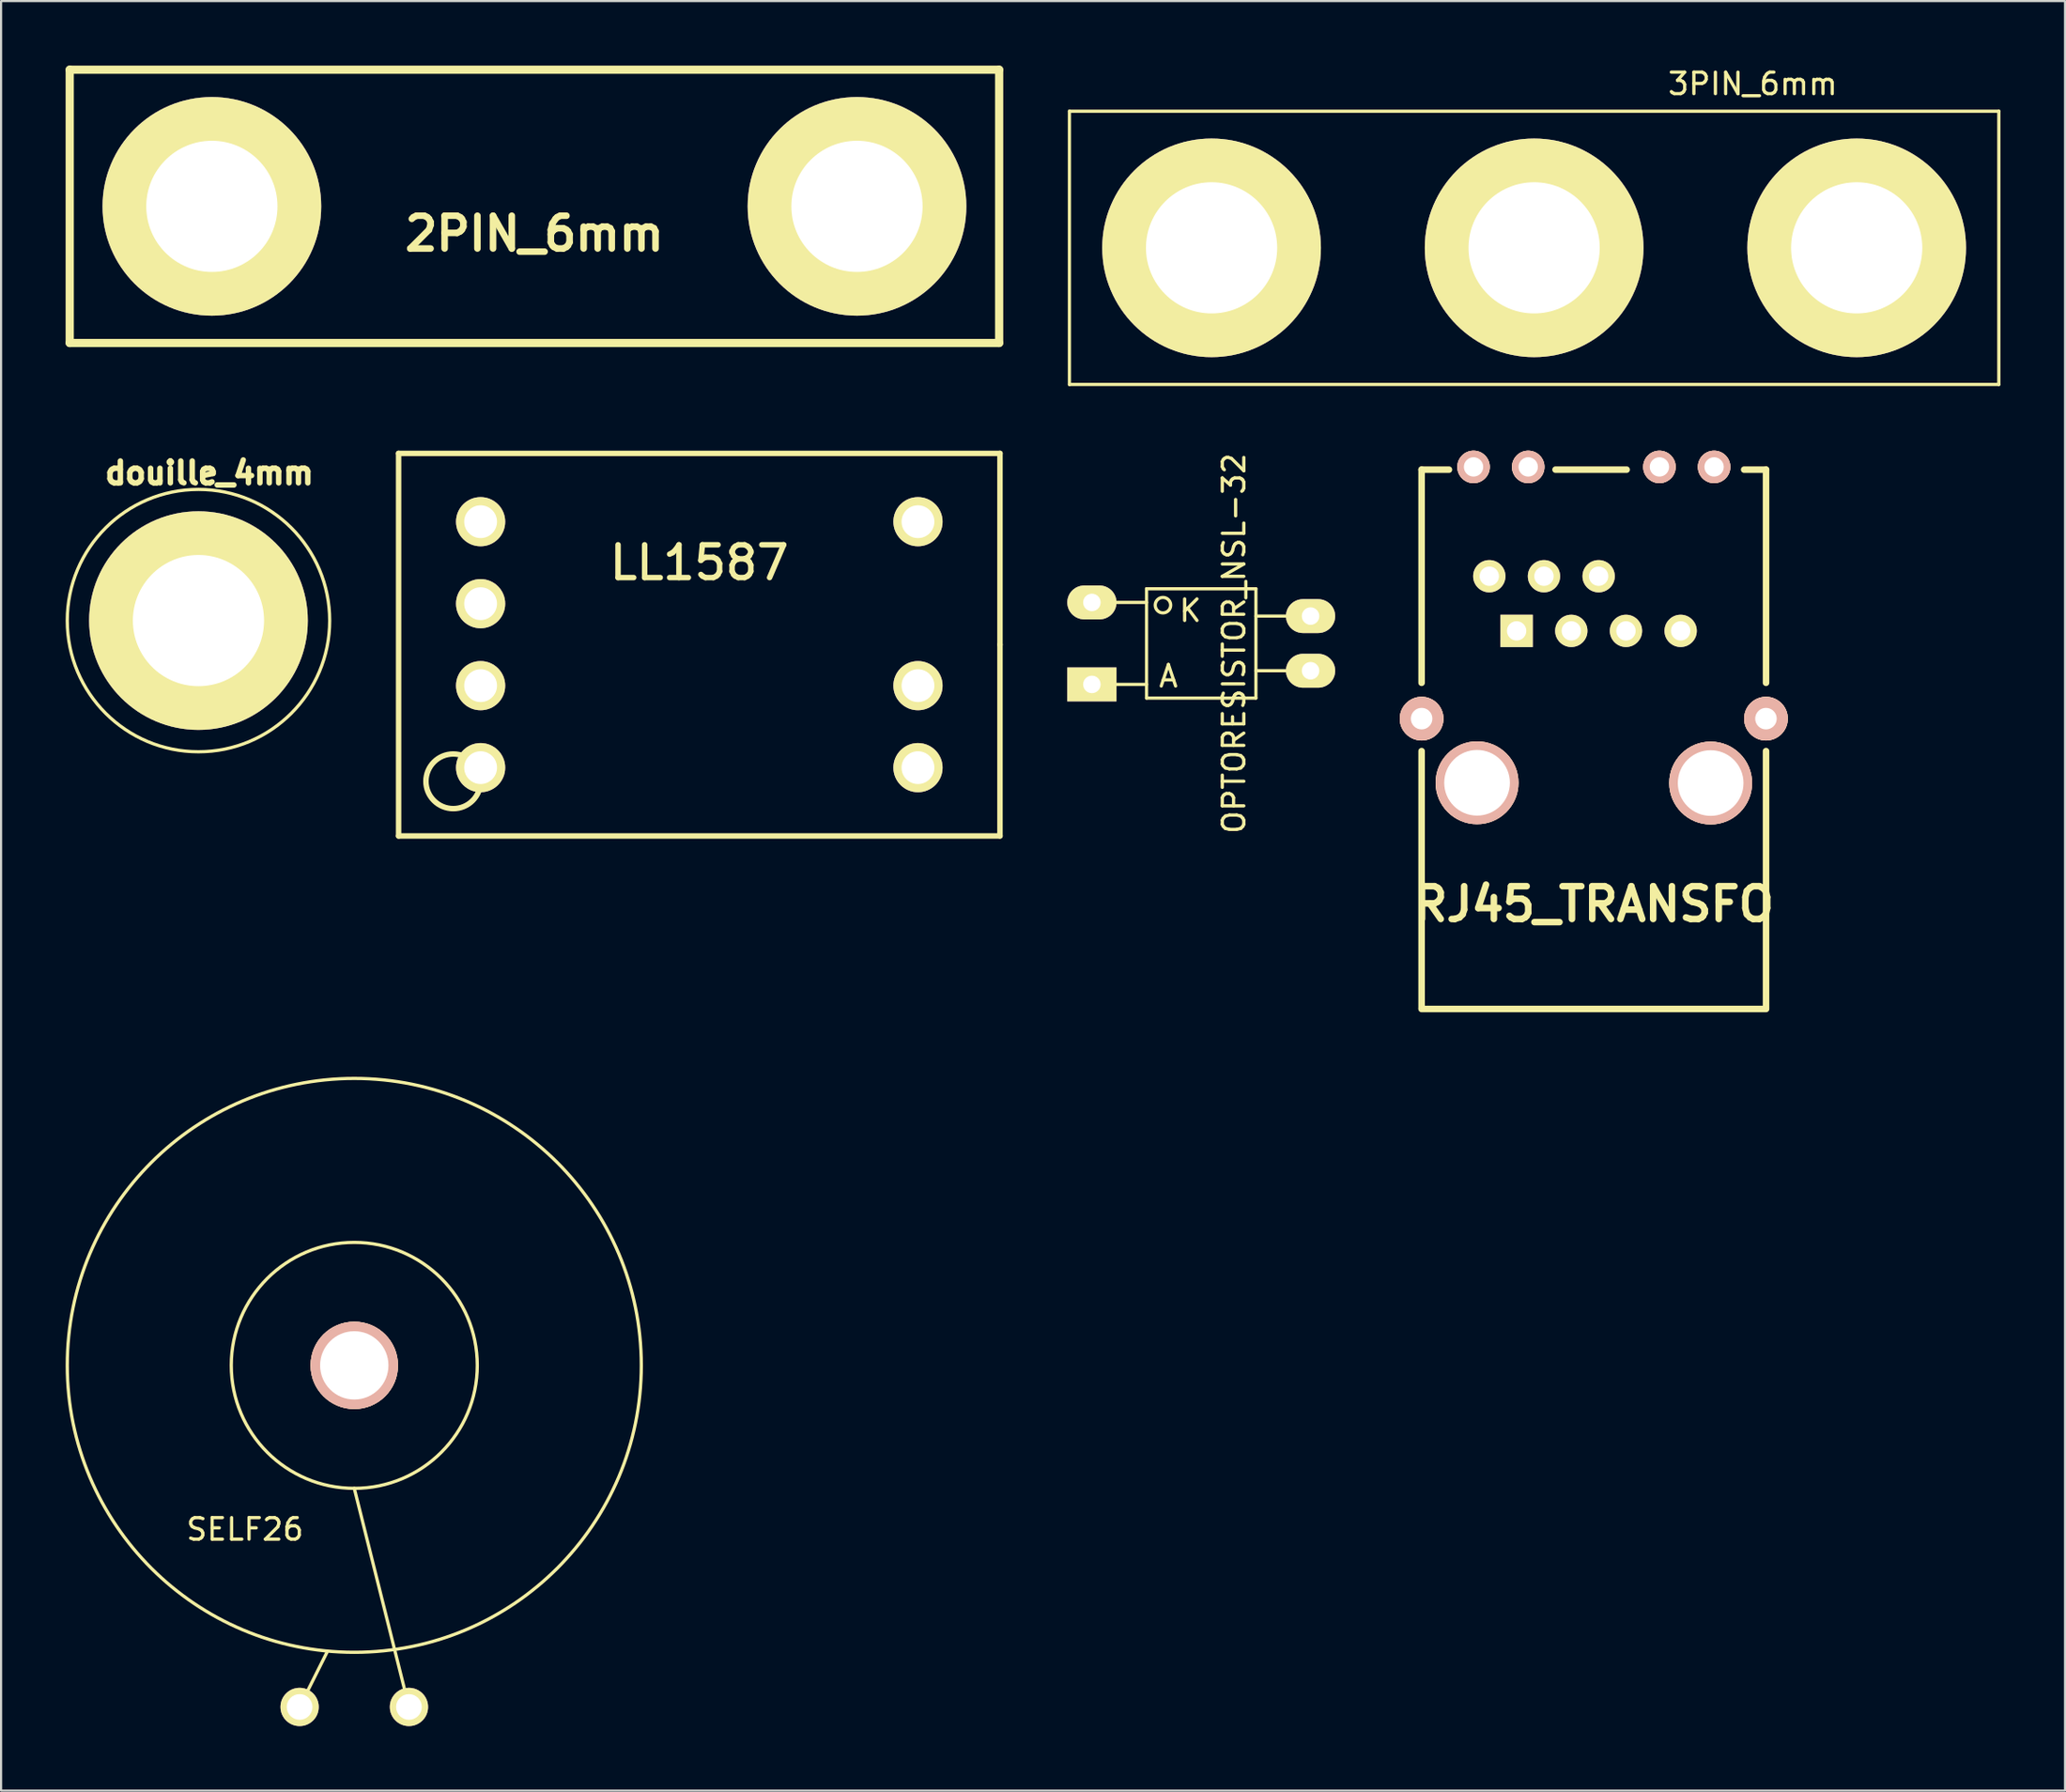
<source format=kicad_pcb>
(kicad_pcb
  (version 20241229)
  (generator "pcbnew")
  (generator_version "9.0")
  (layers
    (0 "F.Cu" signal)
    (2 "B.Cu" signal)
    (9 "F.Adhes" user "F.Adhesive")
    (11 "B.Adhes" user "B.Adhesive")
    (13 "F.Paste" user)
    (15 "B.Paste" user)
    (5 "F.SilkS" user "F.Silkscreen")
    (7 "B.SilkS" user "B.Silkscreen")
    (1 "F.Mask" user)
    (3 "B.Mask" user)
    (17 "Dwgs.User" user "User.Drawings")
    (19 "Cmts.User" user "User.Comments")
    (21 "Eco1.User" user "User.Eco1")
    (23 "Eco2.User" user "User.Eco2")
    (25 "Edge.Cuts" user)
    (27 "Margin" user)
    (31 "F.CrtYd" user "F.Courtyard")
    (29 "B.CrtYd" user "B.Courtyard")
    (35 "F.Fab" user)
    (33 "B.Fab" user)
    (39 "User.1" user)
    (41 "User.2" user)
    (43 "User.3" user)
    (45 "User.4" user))
  (footprint "LL1587"
    (layer "F.Cu")
    (at 29.439 26.91)
    (property "Reference" "LL1587" (at 0 -3.81 0) (layer "F.SilkS") (effects (font (size 1.524 1.524) (thickness 0.254))))
    (attr through_hole)
    (fp_line (start -13.97 -8.89) (end -13.97 8.89) (stroke (width 0.254) (type solid)) (layer "F.SilkS"))
    (fp_line (start -13.97 8.89) (end 13.97 8.89) (stroke (width 0.254) (type solid)) (layer "F.SilkS"))
    (fp_line (start 13.97 -8.89) (end -13.97 -8.89) (stroke (width 0.254) (type solid)) (layer "F.SilkS"))
    (fp_line (start 13.97 0) (end 13.97 -8.89) (stroke (width 0.254) (type solid)) (layer "F.SilkS"))
    (fp_line (start 13.97 8.89) (end 13.97 0) (stroke (width 0.254) (type solid)) (layer "F.SilkS"))
    (fp_circle (center -11.43 6.35) (end -11.43 5.08) (stroke (width 0.254) (type solid)) (fill no) (layer "F.SilkS"))
    (pad "1" thru_hole circle (at -10.16 5.715) (size 2.286 2.286) (drill 1.524) (layers "*.Cu" "*.Mask" "F.SilkS"))
    (pad "2" thru_hole circle (at -10.16 1.905) (size 2.286 2.286) (drill 1.524) (layers "*.Cu" "*.Mask" "F.SilkS"))
    (pad "3" thru_hole circle (at -10.16 -1.905) (size 2.286 2.286) (drill 1.524) (layers "*.Cu" "*.Mask" "F.SilkS"))
    (pad "4" thru_hole circle (at -10.16 -5.715) (size 2.286 2.286) (drill 1.524) (layers "*.Cu" "*.Mask" "F.SilkS"))
    (pad "5" thru_hole circle (at 10.16 5.715) (size 2.286 2.286) (drill 1.524) (layers "*.Cu" "*.Mask" "F.SilkS"))
    (pad "6" thru_hole circle (at 10.16 1.905) (size 2.286 2.286) (drill 1.524) (layers "*.Cu" "*.Mask" "F.SilkS"))
    (pad "8" thru_hole circle (at 10.16 -5.715) (size 2.286 2.286) (drill 1.524) (layers "*.Cu" "*.Mask" "F.SilkS")))
  (footprint "OPTORESISTOR_NSL-32"
    (layer "F.Cu")
    (at 52.759 26.852)
    (property "Reference" "OPTORESISTOR_NSL-32" (at 1.524 0 90) (layer "F.SilkS") (effects (font (size 1 1) (thickness 0.15))))
    (attr through_hole)
    (fp_line (start -5.08 -1.905) (end -2.54 -1.905) (stroke (width 0.15) (type solid)) (layer "F.SilkS"))
    (fp_line (start -5.08 1.905) (end -2.54 1.905) (stroke (width 0.15) (type solid)) (layer "F.SilkS"))
    (fp_line (start -2.54 -2.54) (end 2.54 -2.54) (stroke (width 0.15) (type solid)) (layer "F.SilkS"))
    (fp_line (start -2.54 2.54) (end -2.54 -2.54) (stroke (width 0.15) (type solid)) (layer "F.SilkS"))
    (fp_line (start 2.54 -2.54) (end 2.54 2.54) (stroke (width 0.15) (type solid)) (layer "F.SilkS"))
    (fp_line (start 2.54 -1.27) (end 5.08 -1.27) (stroke (width 0.15) (type solid)) (layer "F.SilkS"))
    (fp_line (start 2.54 1.27) (end 5.08 1.27) (stroke (width 0.15) (type solid)) (layer "F.SilkS"))
    (fp_line (start 2.54 2.54) (end -2.54 2.54) (stroke (width 0.15) (type solid)) (layer "F.SilkS"))
    (fp_circle (center -1.778 -1.778) (end -1.524 -1.524) (stroke (width 0.15) (type solid)) (fill no) (layer "F.SilkS"))
    (fp_text user "A" (at -1.524 1.524 0) (layer "F.SilkS") (effects (font (size 1 1) (thickness 0.15))))
    (fp_text user "K" (at -0.508 -1.524 0) (layer "F.SilkS") (effects (font (size 1 1) (thickness 0.15))))
    (pad "1" thru_hole rect (at -5.08 1.905) (size 2.286 1.575) (drill 0.813) (layers "*.Cu" "*.Mask" "F.SilkS"))
    (pad "2" thru_hole oval (at -5.08 -1.905) (size 2.286 1.575) (drill 0.813) (layers "*.Cu" "*.Mask" "F.SilkS"))
    (pad "3" thru_hole oval (at 5.08 -1.27) (size 2.286 1.575) (drill 0.813) (layers "*.Cu" "*.Mask" "F.SilkS"))
    (pad "4" thru_hole oval (at 5.08 1.27) (size 2.286 1.575) (drill 0.813) (layers "*.Cu" "*.Mask" "F.SilkS")))
  (footprint "2PIN_6mm"
    (layer "F.Cu")
    (at 21.78 6.54)
    (property "Reference" "2PIN_6mm" (at 0 1.27 0) (layer "F.SilkS") (effects (font (size 1.524 1.524) (thickness 0.305))))
    (attr through_hole)
    (fp_line (start -21.59 -6.35) (end 21.59 -6.35) (stroke (width 0.381) (type solid)) (layer "F.SilkS"))
    (fp_line (start -21.59 6.35) (end -21.59 -6.35) (stroke (width 0.381) (type solid)) (layer "F.SilkS"))
    (fp_line (start 21.59 -6.35) (end 21.59 6.35) (stroke (width 0.381) (type solid)) (layer "F.SilkS"))
    (fp_line (start 21.59 6.35) (end -21.59 6.35) (stroke (width 0.381) (type solid)) (layer "F.SilkS"))
    (pad "1" thru_hole circle (at -14.986 0) (size 10.16 10.16) (drill 6.096) (layers "*.Cu" "*.Mask" "F.SilkS"))
    (pad "2" thru_hole circle (at 14.986 0) (size 10.16 10.16) (drill 6.096) (layers "*.Cu" "*.Mask" "F.SilkS")))
  (footprint "douille_4mm"
    (layer "F.Cu")
    (at 6.171 25.791)
    (property "Reference" "douille_4mm" (at 0.508 -6.858 0) (layer "F.SilkS") (effects (font (size 1.016 1.016) (thickness 0.305))))
    (attr through_hole)
    (fp_circle (center 0 0) (end 0 -6.096) (stroke (width 0.15) (type solid)) (fill no) (layer "F.SilkS"))
    (pad "1" thru_hole circle (at 0 0) (size 10.16 10.16) (drill 6.096) (layers "*.Cu" "*.Mask" "F.SilkS")))
  (footprint "SELF26"
    (layer "F.Cu")
    (at 13.41 60.403)
    (property "Reference" "SELF26" (at -5.08 7.62 0) (layer "F.SilkS") (effects (font (size 1 1) (thickness 0.15))))
    (attr through_hole)
    (fp_line (start -2.54 15.875) (end -1.27 13.335) (stroke (width 0.15) (type solid)) (layer "F.SilkS"))
    (fp_line (start 2.54 15.875) (end 0 5.715) (stroke (width 0.15) (type solid)) (layer "F.SilkS"))
    (fp_circle (center 0 0) (end -13.335 0) (stroke (width 0.15) (type solid)) (fill no) (layer "F.SilkS"))
    (fp_circle (center 0 0) (end 5.715 0) (stroke (width 0.15) (type solid)) (fill no) (layer "F.SilkS"))
    (pad "" thru_hole circle (at 0 0) (size 4.064 4.064) (drill 3.175) (layers "*.Cu" "*.SilkS" "*.Mask"))
    (pad "1" thru_hole circle (at -2.54 15.875) (size 1.778 1.778) (drill 1.194) (layers "*.Cu" "*.Mask" "F.SilkS"))
    (pad "2" thru_hole circle (at 2.54 15.875) (size 1.778 1.778) (drill 1.194) (layers "*.Cu" "*.Mask" "F.SilkS")))
  (footprint "3PIN_6mm"
    (layer "F.Cu")
    (at 68.226 8.468)
    (property "Reference" "3PIN_6mm" (at 10.16 -7.62 0) (layer "F.SilkS") (effects (font (size 1 1) (thickness 0.15))))
    (attr through_hole)
    (fp_line (start -21.59 -6.35) (end 21.59 -6.35) (stroke (width 0.15) (type solid)) (layer "F.SilkS"))
    (fp_line (start -21.59 6.35) (end -21.59 -6.35) (stroke (width 0.15) (type solid)) (layer "F.SilkS"))
    (fp_line (start 21.59 -6.35) (end 21.59 6.35) (stroke (width 0.15) (type solid)) (layer "F.SilkS"))
    (fp_line (start 21.59 6.35) (end -21.59 6.35) (stroke (width 0.15) (type solid)) (layer "F.SilkS"))
    (pad "1" thru_hole circle (at -14.986 0) (size 10.16 10.16) (drill 6.096) (layers "*.Cu" "*.Mask" "F.SilkS"))
    (pad "2" thru_hole circle (at 0 0) (size 10.16 10.16) (drill 6.096) (layers "*.Cu" "*.Mask" "F.SilkS"))
    (pad "3" thru_hole circle (at 14.986 0) (size 10.16 10.16) (drill 6.096) (layers "*.Cu" "*.Mask" "F.SilkS")))
  (footprint "RJ45_TRANSFO"
    (layer "F.Cu")
    (at 70.999 30.841)
    (property "Reference" "RJ45_TRANSFO" (at 0 8.128 0) (layer "F.SilkS") (effects (font (size 1.524 1.524) (thickness 0.305))))
    (attr through_hole)
    (fp_line (start -8.001 -12.065) (end -6.731 -12.065) (stroke (width 0.305) (type solid)) (layer "F.SilkS"))
    (fp_line (start -8.001 -2.159) (end -8.001 -12.065) (stroke (width 0.305) (type solid)) (layer "F.SilkS"))
    (fp_line (start -8.001 12.954) (end -8.001 1.016) (stroke (width 0.305) (type solid)) (layer "F.SilkS"))
    (fp_line (start -8.001 13) (end 8.001 13) (stroke (width 0.305) (type solid)) (layer "F.SilkS"))
    (fp_line (start -1.778 -12.065) (end 1.524 -12.065) (stroke (width 0.305) (type solid)) (layer "F.SilkS"))
    (fp_line (start 8.001 -12.065) (end 6.985 -12.065) (stroke (width 0.305) (type solid)) (layer "F.SilkS"))
    (fp_line (start 8.001 -2.159) (end 8.001 -12.065) (stroke (width 0.305) (type solid)) (layer "F.SilkS"))
    (fp_line (start 8.001 12.954) (end 8.001 1.016) (stroke (width 0.305) (type solid)) (layer "F.SilkS"))
    (pad "1" thru_hole rect (at -3.586 -4.572) (size 1.501 1.501) (drill 0.899) (layers "*.Cu" "*.Mask" "F.SilkS"))
    (pad "2" thru_hole circle (at -4.856 -7.112) (size 1.501 1.501) (drill 0.899) (layers "*.Cu" "*.Mask" "F.SilkS"))
    (pad "3" thru_hole circle (at -1.046 -4.572) (size 1.501 1.501) (drill 0.899) (layers "*.Cu" "*.Mask" "F.SilkS"))
    (pad "4" thru_hole circle (at -2.316 -7.112) (size 1.501 1.501) (drill 0.899) (layers "*.Cu" "*.Mask" "F.SilkS"))
    (pad "5" thru_hole circle (at 1.494 -4.572) (size 1.501 1.501) (drill 0.899) (layers "*.Cu" "*.Mask" "F.SilkS"))
    (pad "6" thru_hole circle (at 0.224 -7.112) (size 1.501 1.501) (drill 0.899) (layers "*.Cu" "*.Mask" "F.SilkS"))
    (pad "7" thru_hole circle (at 4.034 -4.572) (size 1.501 1.501) (drill 0.899) (layers "*.Cu" "*.Mask" "F.SilkS"))
    (pad "9" thru_hole circle (at -8.001 -0.493) (size 2.032 2.032) (drill 1.001) (layers "*.Cu" "*.SilkS" "*.Mask"))
    (pad "9" thru_hole circle (at 7.998 -0.493) (size 2.032 2.032) (drill 1.001) (layers "*.Cu" "*.SilkS" "*.Mask"))
    (pad "Hole" thru_hole circle (at -5.588 -12.192) (size 1.511 1.511) (drill 0.899) (layers "*.Cu" "*.SilkS" "*.Mask"))
    (pad "Hole" thru_hole circle (at -5.425 2.487) (size 3.851 3.851) (drill 3.051) (layers "*.Cu" "*.SilkS" "*.Mask"))
    (pad "Hole" thru_hole circle (at -3.048 -12.192) (size 1.511 1.511) (drill 0.899) (layers "*.Cu" "*.SilkS" "*.Mask"))
    (pad "Hole" thru_hole circle (at 3.048 -12.192) (size 1.511 1.511) (drill 0.899) (layers "*.Cu" "*.SilkS" "*.Mask"))
    (pad "Hole" thru_hole circle (at 5.428 2.499) (size 3.851 3.851) (drill 3.051) (layers "*.Cu" "*.SilkS" "*.Mask"))
    (pad "Hole" thru_hole circle (at 5.588 -12.192) (size 1.511 1.511) (drill 0.899) (layers "*.Cu" "*.SilkS" "*.Mask")))
  (gr_rect
    (start -3 -3)
    (end 92.891 80.167)
    (stroke (width 0.1) (type default))
    (fill no)
    (layer "Edge.Cuts")))
</source>
